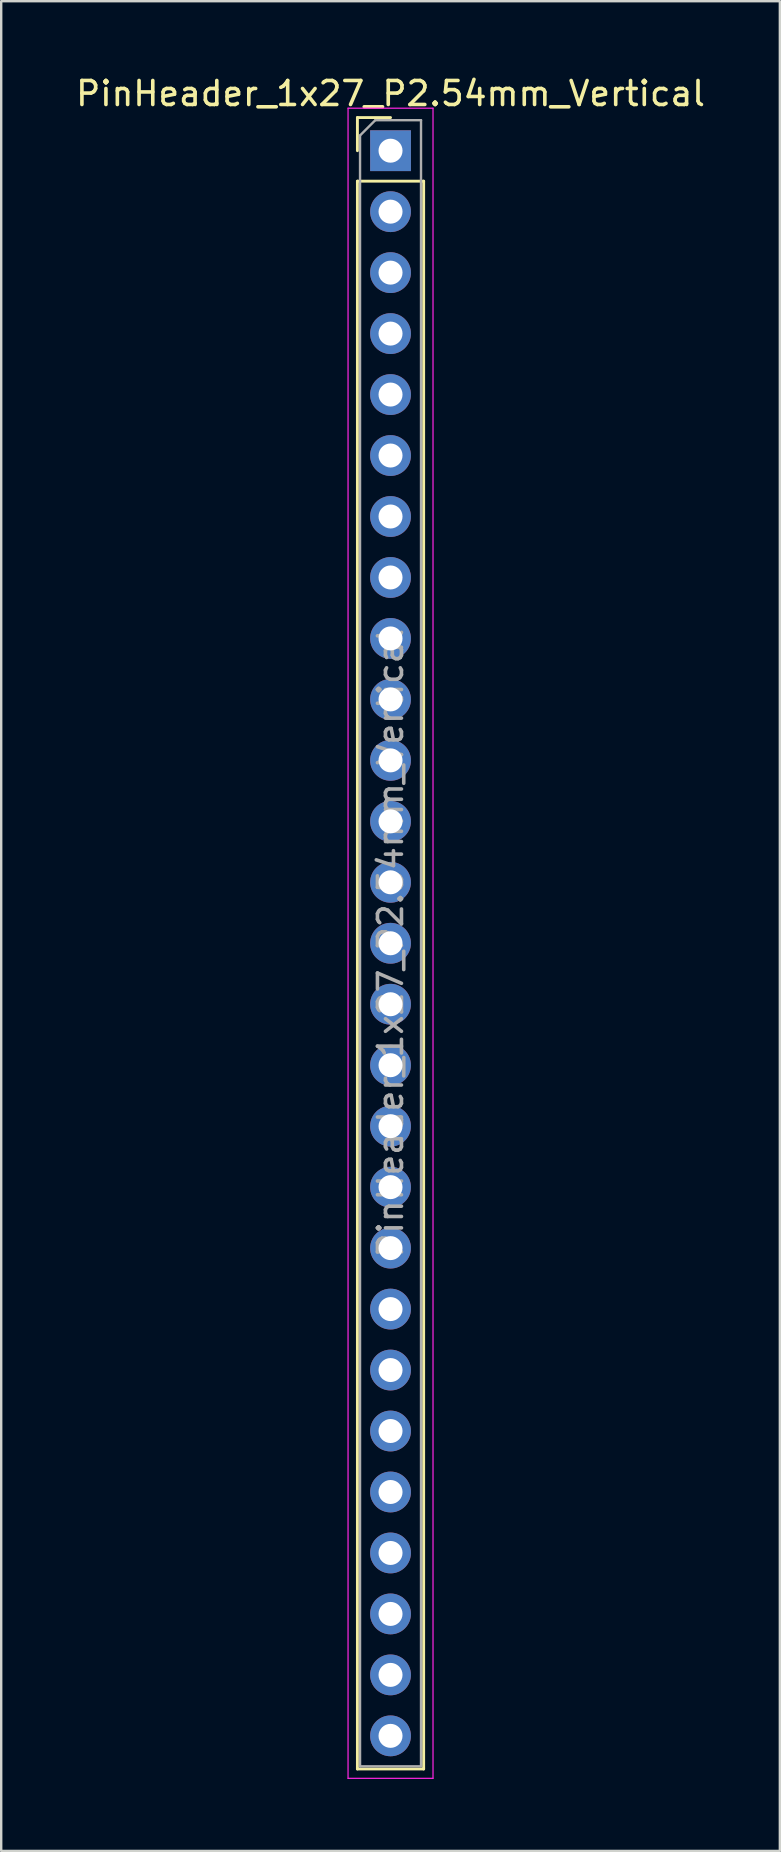
<source format=kicad_pcb>
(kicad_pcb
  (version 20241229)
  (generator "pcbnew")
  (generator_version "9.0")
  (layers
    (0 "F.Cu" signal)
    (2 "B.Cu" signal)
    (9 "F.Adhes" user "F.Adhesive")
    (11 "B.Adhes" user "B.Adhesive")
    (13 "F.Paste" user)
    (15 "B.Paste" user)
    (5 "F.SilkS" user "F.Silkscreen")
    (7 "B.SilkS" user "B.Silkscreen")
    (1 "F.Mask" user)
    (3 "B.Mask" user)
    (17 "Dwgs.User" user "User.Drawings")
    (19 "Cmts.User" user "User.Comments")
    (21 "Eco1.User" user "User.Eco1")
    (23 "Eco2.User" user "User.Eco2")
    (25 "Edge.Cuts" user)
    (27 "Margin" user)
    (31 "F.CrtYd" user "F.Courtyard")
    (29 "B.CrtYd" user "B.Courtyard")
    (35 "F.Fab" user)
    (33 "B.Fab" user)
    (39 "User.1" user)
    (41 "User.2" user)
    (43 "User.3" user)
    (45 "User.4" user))
  (footprint "PinHeader_1x27_P2.54mm_Vertical"
    (layer "F.Cu")
    (at 13.22 3.228)
    (property "Reference" "PinHeader_1x27_P2.54mm_Vertical" (at 0 -2.38 0) (layer "F.SilkS") (effects (font (size 1 1) (thickness 0.15))))
    (attr through_hole)
    (fp_line (start -1.38 -1.38) (end 0 -1.38) (stroke (width 0.12) (type solid)) (layer "F.SilkS"))
    (fp_line (start -1.38 0) (end -1.38 -1.38) (stroke (width 0.12) (type solid)) (layer "F.SilkS"))
    (fp_line (start -1.38 1.27) (end -1.38 67.42) (stroke (width 0.12) (type solid)) (layer "F.SilkS"))
    (fp_line (start -1.38 1.27) (end 1.38 1.27) (stroke (width 0.12) (type solid)) (layer "F.SilkS"))
    (fp_line (start -1.38 67.42) (end 1.38 67.42) (stroke (width 0.12) (type solid)) (layer "F.SilkS"))
    (fp_line (start 1.38 1.27) (end 1.38 67.42) (stroke (width 0.12) (type solid)) (layer "F.SilkS"))
    (fp_line (start -1.77 -1.77) (end -1.77 67.81) (stroke (width 0.05) (type solid)) (layer "F.CrtYd"))
    (fp_line (start -1.77 67.81) (end 1.77 67.81) (stroke (width 0.05) (type solid)) (layer "F.CrtYd"))
    (fp_line (start 1.77 -1.77) (end -1.77 -1.77) (stroke (width 0.05) (type solid)) (layer "F.CrtYd"))
    (fp_line (start 1.77 67.81) (end 1.77 -1.77) (stroke (width 0.05) (type solid)) (layer "F.CrtYd"))
    (fp_line (start -1.27 -0.635) (end -0.635 -1.27) (stroke (width 0.1) (type solid)) (layer "F.Fab"))
    (fp_line (start -1.27 67.31) (end -1.27 -0.635) (stroke (width 0.1) (type solid)) (layer "F.Fab"))
    (fp_line (start -0.635 -1.27) (end 1.27 -1.27) (stroke (width 0.1) (type solid)) (layer "F.Fab"))
    (fp_line (start 1.27 -1.27) (end 1.27 67.31) (stroke (width 0.1) (type solid)) (layer "F.Fab"))
    (fp_line (start 1.27 67.31) (end -1.27 67.31) (stroke (width 0.1) (type solid)) (layer "F.Fab"))
    (fp_text user "${REFERENCE}" (at 0 33.02 90) (layer "F.Fab") (effects (font (size 1 1) (thickness 0.15))))
    (pad "1" thru_hole rect (at 0 0) (size 1.7 1.7) (drill 1) (layers "*.Cu" "*.Mask"))
    (pad "2" thru_hole circle (at 0 2.54) (size 1.7 1.7) (drill 1) (layers "*.Cu" "*.Mask"))
    (pad "3" thru_hole circle (at 0 5.08) (size 1.7 1.7) (drill 1) (layers "*.Cu" "*.Mask"))
    (pad "4" thru_hole circle (at 0 7.62) (size 1.7 1.7) (drill 1) (layers "*.Cu" "*.Mask"))
    (pad "5" thru_hole circle (at 0 10.16) (size 1.7 1.7) (drill 1) (layers "*.Cu" "*.Mask"))
    (pad "6" thru_hole circle (at 0 12.7) (size 1.7 1.7) (drill 1) (layers "*.Cu" "*.Mask"))
    (pad "7" thru_hole circle (at 0 15.24) (size 1.7 1.7) (drill 1) (layers "*.Cu" "*.Mask"))
    (pad "8" thru_hole circle (at 0 17.78) (size 1.7 1.7) (drill 1) (layers "*.Cu" "*.Mask"))
    (pad "9" thru_hole circle (at 0 20.32) (size 1.7 1.7) (drill 1) (layers "*.Cu" "*.Mask"))
    (pad "10" thru_hole circle (at 0 22.86) (size 1.7 1.7) (drill 1) (layers "*.Cu" "*.Mask"))
    (pad "11" thru_hole circle (at 0 25.4) (size 1.7 1.7) (drill 1) (layers "*.Cu" "*.Mask"))
    (pad "12" thru_hole circle (at 0 27.94) (size 1.7 1.7) (drill 1) (layers "*.Cu" "*.Mask"))
    (pad "13" thru_hole circle (at 0 30.48) (size 1.7 1.7) (drill 1) (layers "*.Cu" "*.Mask"))
    (pad "14" thru_hole circle (at 0 33.02) (size 1.7 1.7) (drill 1) (layers "*.Cu" "*.Mask"))
    (pad "15" thru_hole circle (at 0 35.56) (size 1.7 1.7) (drill 1) (layers "*.Cu" "*.Mask"))
    (pad "16" thru_hole circle (at 0 38.1) (size 1.7 1.7) (drill 1) (layers "*.Cu" "*.Mask"))
    (pad "17" thru_hole circle (at 0 40.64) (size 1.7 1.7) (drill 1) (layers "*.Cu" "*.Mask"))
    (pad "18" thru_hole circle (at 0 43.18) (size 1.7 1.7) (drill 1) (layers "*.Cu" "*.Mask"))
    (pad "19" thru_hole circle (at 0 45.72) (size 1.7 1.7) (drill 1) (layers "*.Cu" "*.Mask"))
    (pad "20" thru_hole circle (at 0 48.26) (size 1.7 1.7) (drill 1) (layers "*.Cu" "*.Mask"))
    (pad "21" thru_hole circle (at 0 50.8) (size 1.7 1.7) (drill 1) (layers "*.Cu" "*.Mask"))
    (pad "22" thru_hole circle (at 0 53.34) (size 1.7 1.7) (drill 1) (layers "*.Cu" "*.Mask"))
    (pad "23" thru_hole circle (at 0 55.88) (size 1.7 1.7) (drill 1) (layers "*.Cu" "*.Mask"))
    (pad "24" thru_hole circle (at 0 58.42) (size 1.7 1.7) (drill 1) (layers "*.Cu" "*.Mask"))
    (pad "25" thru_hole circle (at 0 60.96) (size 1.7 1.7) (drill 1) (layers "*.Cu" "*.Mask"))
    (pad "26" thru_hole circle (at 0 63.5) (size 1.7 1.7) (drill 1) (layers "*.Cu" "*.Mask"))
    (pad "27" thru_hole circle (at 0 66.04) (size 1.7 1.7) (drill 1) (layers "*.Cu" "*.Mask")))
  (gr_rect
    (start -3 -3)
    (end 29.44 74.063)
    (stroke (width 0.1) (type default))
    (fill no)
    (layer "Edge.Cuts")))
</source>
